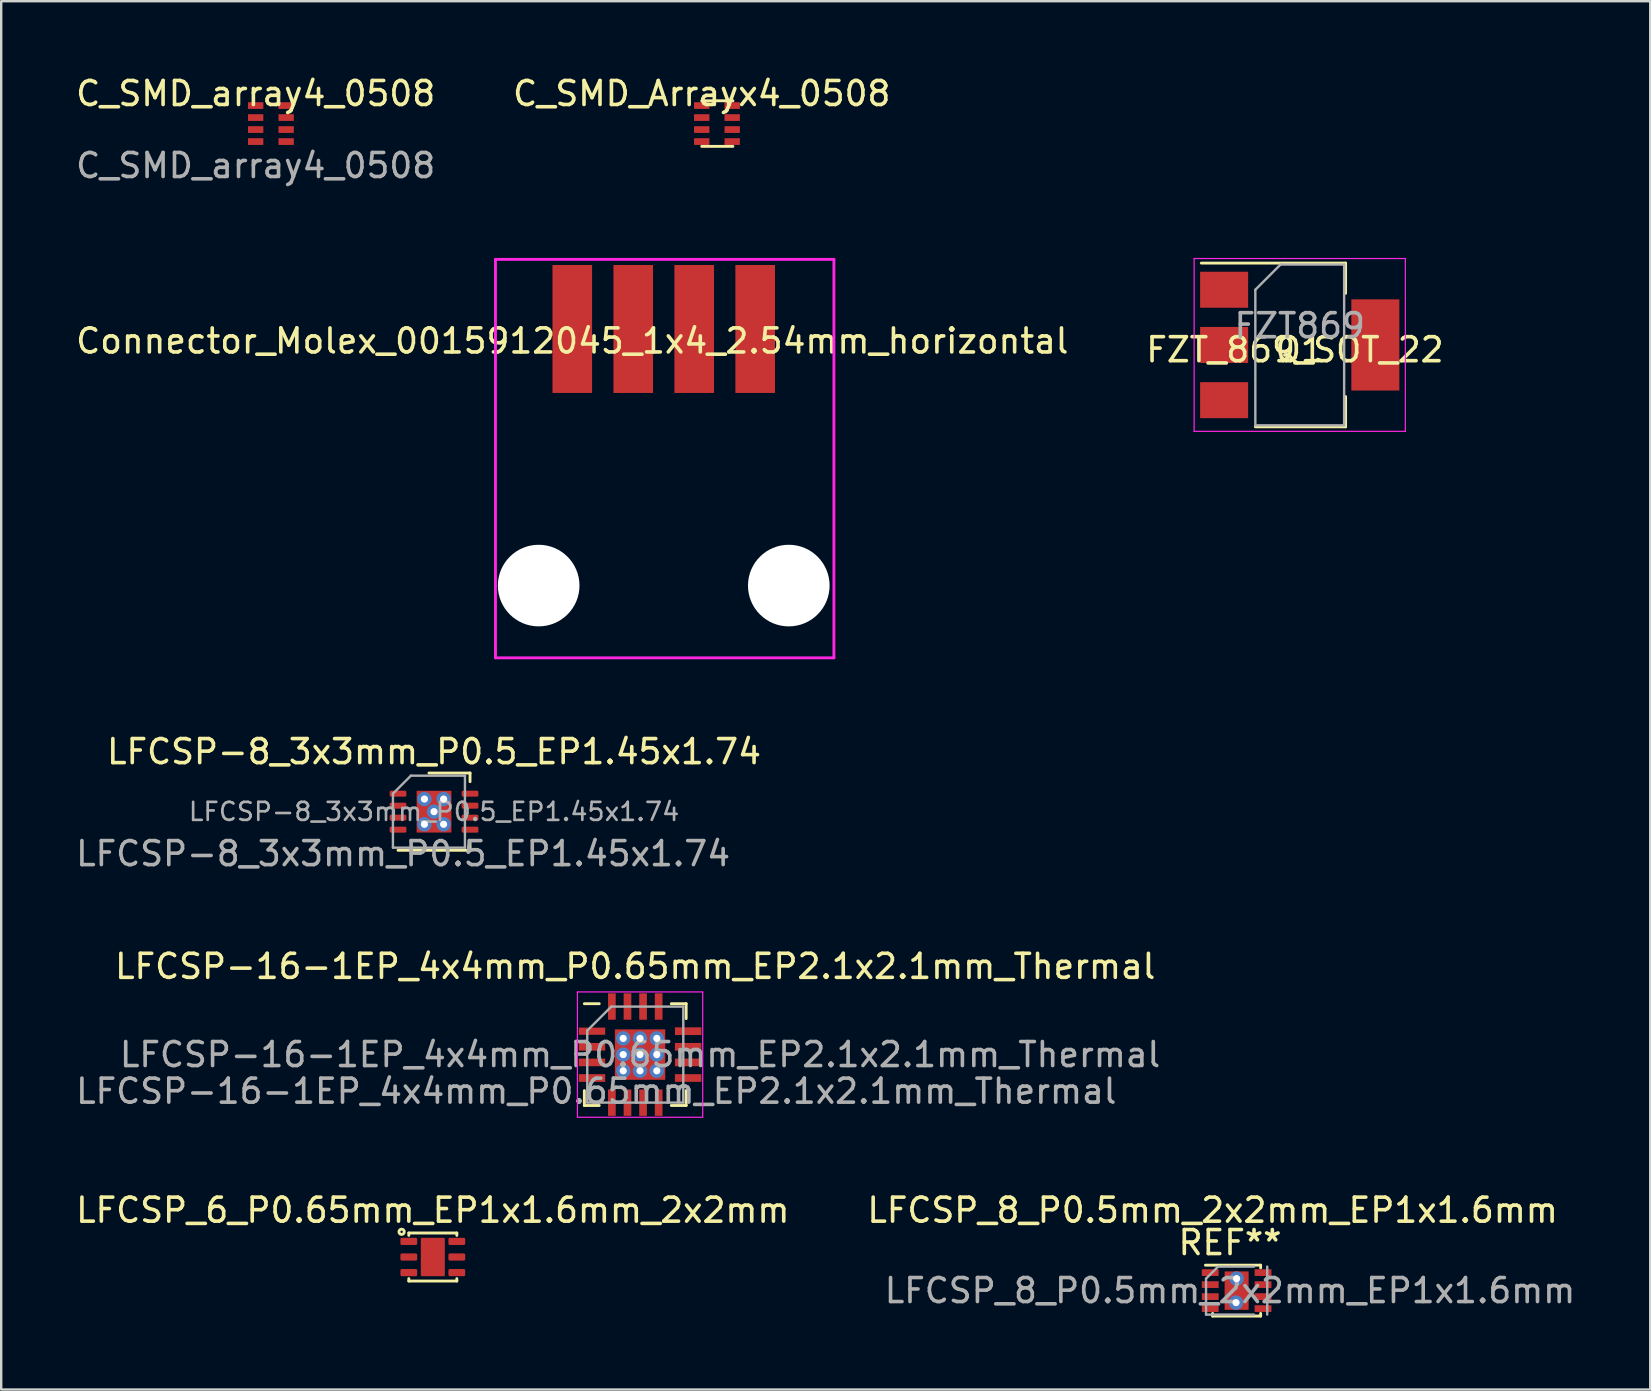
<source format=kicad_pcb>
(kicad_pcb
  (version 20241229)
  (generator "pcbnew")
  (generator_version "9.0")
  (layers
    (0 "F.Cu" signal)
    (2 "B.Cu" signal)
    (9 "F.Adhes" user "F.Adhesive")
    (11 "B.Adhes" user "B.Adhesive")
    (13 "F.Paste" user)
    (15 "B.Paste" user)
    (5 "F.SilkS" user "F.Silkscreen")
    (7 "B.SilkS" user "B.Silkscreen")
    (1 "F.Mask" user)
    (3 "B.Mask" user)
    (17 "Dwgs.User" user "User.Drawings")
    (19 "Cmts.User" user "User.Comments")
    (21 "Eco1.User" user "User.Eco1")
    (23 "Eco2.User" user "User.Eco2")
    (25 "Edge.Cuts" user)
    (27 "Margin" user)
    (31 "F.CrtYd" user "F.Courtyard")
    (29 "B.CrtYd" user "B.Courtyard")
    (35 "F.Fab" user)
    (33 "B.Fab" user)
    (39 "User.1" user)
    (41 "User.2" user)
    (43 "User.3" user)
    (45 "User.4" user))
  (footprint "FZT_869_SOT_22"
    (layer "F.Cu")
    (at 50.899 11.021)
    (property "Reference" "FZT_869_SOT_22" (at 0 0.5 0) (layer "F.SilkS") (effects (font (size 1 1) (thickness 0.15))))
    (attr through_hole)
    (fp_line (start -3.9 -3.11) (end 2.11 -3.11) (stroke (width 0.12) (type solid)) (layer "F.SilkS"))
    (fp_line (start -1.65 3.71) (end 2.11 3.71) (stroke (width 0.12) (type solid)) (layer "F.SilkS"))
    (fp_line (start 2.11 -3.11) (end 2.11 -1.85) (stroke (width 0.12) (type solid)) (layer "F.SilkS"))
    (fp_line (start 2.11 3.71) (end 2.11 2.45) (stroke (width 0.12) (type solid)) (layer "F.SilkS"))
    (fp_line (start -4.2 -3.3) (end -4.2 3.9) (stroke (width 0.05) (type solid)) (layer "F.CrtYd"))
    (fp_line (start -4.2 3.9) (end 4.6 3.9) (stroke (width 0.05) (type solid)) (layer "F.CrtYd"))
    (fp_line (start 4.6 -3.3) (end -4.2 -3.3) (stroke (width 0.05) (type solid)) (layer "F.CrtYd"))
    (fp_line (start 4.6 3.9) (end 4.6 -3.3) (stroke (width 0.05) (type solid)) (layer "F.CrtYd"))
    (fp_line (start -1.65 -2) (end -1.65 3.65) (stroke (width 0.1) (type solid)) (layer "F.Fab"))
    (fp_line (start -1.65 -2) (end -0.6 -3.05) (stroke (width 0.1) (type solid)) (layer "F.Fab"))
    (fp_line (start -1.65 3.65) (end 2.05 3.65) (stroke (width 0.1) (type solid)) (layer "F.Fab"))
    (fp_line (start -0.6 -3.05) (end 2.05 -3.05) (stroke (width 0.1) (type solid)) (layer "F.Fab"))
    (fp_line (start 2.05 -3.05) (end 2.05 3.65) (stroke (width 0.1) (type solid)) (layer "F.Fab"))
    (fp_text user "Q1" (at 0.2 0.5 0) (layer "F.SilkS") (effects (font (size 1 1) (thickness 0.15))))
    (fp_text user "FZT869" (at 0.2 -0.5 0) (layer "F.Fab") (effects (font (size 1 1) (thickness 0.15))))
    (pad "1" smd rect (at -2.95 -2) (size 2 1.5) (layers "F.Cu" "F.Mask" "F.Paste"))
    (pad "2" smd rect (at -2.95 0.3) (size 2 1.5) (layers "F.Cu" "F.Mask" "F.Paste"))
    (pad "2" smd rect (at 3.35 0.3) (size 2 3.8) (layers "F.Cu" "F.Mask" "F.Paste"))
    (pad "3" smd rect (at -2.95 2.6) (size 2 1.5) (layers "F.Cu" "F.Mask" "F.Paste")))
  (footprint "LFCSP-8_3x3mm_P0.5_EP1.45x1.74"
    (layer "F.Cu")
    (at 13.532 30.015)
    (property "Reference" "LFCSP-8_3x3mm_P0.5_EP1.45x1.74" (at 1.5 -1.75 0) (unlocked yes) (layer "F.SilkS") (effects (font (size 1 1) (thickness 0.15))))
    (fp_line (start 0 2.36) (end 3 2.36) (stroke (width 0.12) (type solid)) (layer "F.SilkS"))
    (fp_line (start 1.288 -0.86) (end 3 -0.86) (stroke (width 0.12) (type solid)) (layer "F.SilkS"))
    (fp_line (start 3 -0.86) (end 3 -0.5) (stroke (width 0.12) (type solid)) (layer "F.SilkS"))
    (fp_line (start 3 2.36) (end 3 2) (stroke (width 0.12) (type solid)) (layer "F.SilkS"))
    (fp_line (start -0.212 0) (end 0.537 -0.75) (stroke (width 0.1) (type solid)) (layer "F.Fab"))
    (fp_line (start -0.212 2.25) (end -0.212 0) (stroke (width 0.1) (type solid)) (layer "F.Fab"))
    (fp_line (start 0.537 -0.75) (end 2.788 -0.75) (stroke (width 0.1) (type solid)) (layer "F.Fab"))
    (fp_line (start 2.788 -0.75) (end 2.788 2.25) (stroke (width 0.1) (type solid)) (layer "F.Fab"))
    (fp_line (start 2.788 2.25) (end -0.212 2.25) (stroke (width 0.1) (type solid)) (layer "F.Fab"))
    (fp_text user "${REFERENCE}" (at 0.212 2.5 0) (unlocked yes) (layer "F.Fab") (effects (font (size 1 1) (thickness 0.15))))
    (fp_text user "${REFERENCE}" (at 1.5 0.75 0) (layer "F.Fab") (effects (font (size 0.75 0.75) (thickness 0.11))))
    (pad "" smd roundrect (at 1.135 0.315) (size 0.58 0.7) (layers "F.Paste") (roundrect_rratio 0.25))
    (pad "" smd roundrect (at 1.135 1.185) (size 0.58 0.7) (layers "F.Paste") (roundrect_rratio 0.25))
    (pad "" smd roundrect (at 1.865 0.315) (size 0.58 0.7) (layers "F.Paste") (roundrect_rratio 0.25))
    (pad "" smd roundrect (at 1.865 1.185) (size 0.58 0.7) (layers "F.Paste") (roundrect_rratio 0.25))
    (pad "1" smd roundrect (at 0 0) (size 0.7 0.25) (layers "F.Cu" "F.Mask" "F.Paste") (roundrect_rratio 0.25))
    (pad "2" smd roundrect (at 0 0.5) (size 0.7 0.25) (layers "F.Cu" "F.Mask" "F.Paste") (roundrect_rratio 0.25))
    (pad "3" smd roundrect (at 0 1) (size 0.7 0.25) (layers "F.Cu" "F.Mask" "F.Paste") (roundrect_rratio 0.25))
    (pad "4" smd roundrect (at 0 1.5) (size 0.7 0.25) (layers "F.Cu" "F.Mask" "F.Paste") (roundrect_rratio 0.25))
    (pad "5" smd roundrect (at 3 1.5) (size 0.7 0.25) (layers "F.Cu" "F.Mask" "F.Paste") (roundrect_rratio 0.25))
    (pad "6" smd roundrect (at 3 1) (size 0.7 0.25) (layers "F.Cu" "F.Mask" "F.Paste") (roundrect_rratio 0.25))
    (pad "7" smd roundrect (at 3 0.5) (size 0.7 0.25) (layers "F.Cu" "F.Mask" "F.Paste") (roundrect_rratio 0.25))
    (pad "8" smd roundrect (at 3 0) (size 0.7 0.25) (layers "F.Cu" "F.Mask" "F.Paste") (roundrect_rratio 0.25))
    (pad "9" thru_hole circle (at 1.1 0.225) (size 0.6 0.6) (drill 0.3) (layers "*.Cu" "*.Mask"))
    (pad "9" thru_hole circle (at 1.1 1.275) (size 0.6 0.6) (drill 0.3) (layers "*.Cu" "*.Mask"))
    (pad "9" thru_hole circle (at 1.5 0.75) (size 0.6 0.6) (drill 0.3) (layers "*.Cu" "*.Mask"))
    (pad "9" smd rect (at 1.5 0.75) (size 1.45 1.74) (layers "F.Cu" "F.Mask"))
    (pad "9" thru_hole circle (at 1.9 0.225) (size 0.6 0.6) (drill 0.3) (layers "*.Cu" "*.Mask"))
    (pad "9" thru_hole circle (at 1.9 1.275) (size 0.6 0.6) (drill 0.3) (layers "*.Cu" "*.Mask")))
  (footprint "LFCSP_6_P0.65mm_EP1x1.6mm_2x2mm"
    (layer "F.Cu")
    (at 13.982 48.669)
    (property "Reference" "LFCSP_6_P0.65mm_EP1x1.6mm_2x2mm" (at 1 -1.3 0) (unlocked yes) (layer "F.SilkS") (effects (font (size 1 1) (thickness 0.15))))
    (attr through_hole)
    (fp_line (start 0 -0.35) (end 0 -0.25) (stroke (width 0.12) (type solid)) (layer "F.SilkS"))
    (fp_line (start 0 1.65) (end 0 1.55) (stroke (width 0.12) (type solid)) (layer "F.SilkS"))
    (fp_line (start 0 1.65) (end 2 1.65) (stroke (width 0.12) (type solid)) (layer "F.SilkS"))
    (fp_line (start 2 -0.35) (end 0 -0.35) (stroke (width 0.12) (type solid)) (layer "F.SilkS"))
    (fp_line (start 2 -0.35) (end 2 -0.25) (stroke (width 0.12) (type solid)) (layer "F.SilkS"))
    (fp_line (start 2 1.65) (end 2 1.55) (stroke (width 0.12) (type solid)) (layer "F.SilkS"))
    (fp_circle (center -0.3 -0.4) (end -0.25 -0.4) (stroke (width 0.12) (type solid)) (fill no) (layer "F.SilkS"))
    (pad "1" smd roundrect (at 0 0) (size 0.7 0.3) (layers "F.Cu" "F.Mask" "F.Paste") (roundrect_rratio 0.2))
    (pad "2" smd roundrect (at 0 0.65) (size 0.7 0.3) (layers "F.Cu" "F.Mask" "F.Paste") (roundrect_rratio 0.2))
    (pad "3" smd roundrect (at 0 1.3) (size 0.7 0.3) (layers "F.Cu" "F.Mask" "F.Paste") (roundrect_rratio 0.2))
    (pad "4" smd roundrect (at 2 1.3) (size 0.7 0.3) (layers "F.Cu" "F.Mask" "F.Paste") (roundrect_rratio 0.2))
    (pad "5" smd roundrect (at 2 0.65) (size 0.7 0.3) (layers "F.Cu" "F.Mask" "F.Paste") (roundrect_rratio 0.2))
    (pad "6" smd roundrect (at 2 0) (size 0.7 0.3) (layers "F.Cu" "F.Mask" "F.Paste") (roundrect_rratio 0.2))
    (pad "7" smd roundrect (at 1 0.65) (size 1 1.6) (layers "F.Cu" "F.Mask" "F.Paste") (roundrect_rratio 0.05)))
  (footprint "C_SMD_Arrayx4_0508"
    (layer "F.Cu")
    (at 26.185 1.348)
    (property "Reference" "C_SMD_Arrayx4_0508" (at 0 -0.5 0) (unlocked yes) (layer "F.SilkS") (effects (font (size 1 1) (thickness 0.15))))
    (fp_line (start 0 -0.2) (end 1.3 -0.2) (stroke (width 0.12) (type solid)) (layer "F.SilkS"))
    (fp_line (start 0 1.7) (end 1.3 1.7) (stroke (width 0.12) (type solid)) (layer "F.SilkS"))
    (pad "1" smd rect (at 0 0) (size 0.64 0.28) (layers "F.Cu" "F.Mask" "F.Paste"))
    (pad "2" smd rect (at 0 0.5) (size 0.64 0.28) (layers "F.Cu" "F.Mask" "F.Paste"))
    (pad "3" smd rect (at 0 1) (size 0.64 0.28) (layers "F.Cu" "F.Mask" "F.Paste"))
    (pad "4" smd rect (at 0 1.5) (size 0.64 0.28) (layers "F.Cu" "F.Mask" "F.Paste"))
    (pad "5" smd rect (at 1.27 1.5) (size 0.64 0.28) (layers "F.Cu" "F.Mask" "F.Paste"))
    (pad "6" smd rect (at 1.27 1) (size 0.64 0.28) (layers "F.Cu" "F.Mask" "F.Paste"))
    (pad "7" smd rect (at 1.27 0.5) (size 0.64 0.28) (layers "F.Cu" "F.Mask" "F.Paste"))
    (pad "8" smd rect (at 1.27 0) (size 0.64 0.28) (layers "F.Cu" "F.Mask" "F.Paste")))
  (footprint "Connector_Molex_0015912045_1x4_2.54mm_horizontal"
    (layer "F.Cu")
    (at 20.792 10.656)
    (property "Reference" "Connector_Molex_0015912045_1x4_2.54mm_horizontal" (at 0 0.5 0) (layer "F.SilkS") (effects (font (size 1 1) (thickness 0.15))))
    (attr through_hole)
    (fp_line (start -3.2 -2.9) (end 10.9 -2.9) (stroke (width 0.12) (type solid)) (layer "F.CrtYd"))
    (fp_line (start -3.2 13.5) (end -3.2 -2.9) (stroke (width 0.12) (type solid)) (layer "F.CrtYd"))
    (fp_line (start -3.2 13.7) (end -3.2 13.5) (stroke (width 0.12) (type solid)) (layer "F.CrtYd"))
    (fp_line (start 10.9 -2.9) (end 10.9 13.7) (stroke (width 0.12) (type solid)) (layer "F.CrtYd"))
    (fp_line (start 10.9 13.7) (end -3.2 13.7) (stroke (width 0.12) (type solid)) (layer "F.CrtYd"))
    (pad "" np_thru_hole circle (at -1.4 10.69) (size 3.4 3.4) (drill 3.4) (layers "*.Cu" "*.Mask"))
    (pad "" np_thru_hole circle (at 9.02 10.69) (size 3.4 3.4) (drill 3.4) (layers "*.Cu" "*.Mask"))
    (pad "1" smd rect (at 0 0) (size 1.65 5.33) (layers "F.Cu" "F.Mask" "F.Paste"))
    (pad "2" smd rect (at 2.54 0) (size 1.65 5.33) (layers "F.Cu" "F.Mask" "F.Paste"))
    (pad "3" smd rect (at 5.08 0) (size 1.65 5.33) (layers "F.Cu" "F.Mask" "F.Paste"))
    (pad "4" smd rect (at 7.62 0) (size 1.65 5.33) (layers "F.Cu" "F.Mask" "F.Paste")))
  (footprint "C_SMD_array4_0508"
    (layer "F.Cu")
    (at 7.601 1.348)
    (property "Reference" "C_SMD_array4_0508" (at 0 -0.5 0) (unlocked yes) (layer "F.SilkS") (effects (font (size 1 1) (thickness 0.15))))
    (fp_text user "${REFERENCE}" (at 0 2.5 0) (unlocked yes) (layer "F.Fab") (effects (font (size 1 1) (thickness 0.15))))
    (pad "1" smd rect (at 0 0) (size 0.64 0.28) (layers "F.Cu" "F.Mask" "F.Paste"))
    (pad "2" smd rect (at 0 0.5) (size 0.64 0.28) (layers "F.Cu" "F.Mask" "F.Paste"))
    (pad "3" smd rect (at 0 1) (size 0.64 0.28) (layers "F.Cu" "F.Mask" "F.Paste"))
    (pad "4" smd rect (at 0 1.5) (size 0.64 0.28) (layers "F.Cu" "F.Mask" "F.Paste"))
    (pad "5" smd rect (at 1.27 1.5) (size 0.64 0.28) (layers "F.Cu" "F.Mask" "F.Paste"))
    (pad "6" smd rect (at 1.27 1) (size 0.64 0.28) (layers "F.Cu" "F.Mask" "F.Paste"))
    (pad "7" smd rect (at 1.27 0.5) (size 0.64 0.28) (layers "F.Cu" "F.Mask" "F.Paste"))
    (pad "8" smd rect (at 1.27 0) (size 0.64 0.28) (layers "F.Cu" "F.Mask" "F.Paste")))
  (footprint "LFCSP-16-1EP_4x4mm_P0.65mm_EP2.1x2.1mm_Thermal"
    (layer "F.Cu")
    (at 21.614 39.911)
    (property "Reference" "LFCSP-16-1EP_4x4mm_P0.65mm_EP2.1x2.1mm_Thermal" (at 1.8 -2.7 0) (unlocked yes) (layer "F.SilkS") (effects (font (size 1 1) (thickness 0.15))))
    (attr through_hole)
    (fp_line (start -0.318 3.095) (end -0.318 2.475) (stroke (width 0.12) (type solid)) (layer "F.SilkS"))
    (fp_line (start 0.302 -1.145) (end -0.318 -1.145) (stroke (width 0.12) (type solid)) (layer "F.SilkS"))
    (fp_line (start 0.302 3.095) (end -0.318 3.095) (stroke (width 0.12) (type solid)) (layer "F.SilkS"))
    (fp_line (start 3.303 -1.145) (end 3.922 -1.145) (stroke (width 0.12) (type solid)) (layer "F.SilkS"))
    (fp_line (start 3.303 3.095) (end 3.922 3.095) (stroke (width 0.12) (type solid)) (layer "F.SilkS"))
    (fp_line (start 3.922 -1.145) (end 3.922 -0.525) (stroke (width 0.12) (type solid)) (layer "F.SilkS"))
    (fp_line (start 3.922 3.095) (end 3.922 2.475) (stroke (width 0.12) (type solid)) (layer "F.SilkS"))
    (fp_line (start -0.608 -1.635) (end 4.612 -1.635) (stroke (width 0.05) (type solid)) (layer "F.CrtYd"))
    (fp_line (start -0.608 3.585) (end -0.608 -1.635) (stroke (width 0.05) (type solid)) (layer "F.CrtYd"))
    (fp_line (start 4.612 -1.635) (end 4.612 3.585) (stroke (width 0.05) (type solid)) (layer "F.CrtYd"))
    (fp_line (start 4.612 3.585) (end -0.608 3.585) (stroke (width 0.05) (type solid)) (layer "F.CrtYd"))
    (fp_line (start -0.198 2.975) (end -0.198 -0.025) (stroke (width 0.1) (type solid)) (layer "F.Fab"))
    (fp_line (start 0.802 -1.025) (end -0.198 -0.025) (stroke (width 0.1) (type solid)) (layer "F.Fab"))
    (fp_line (start 0.802 -1.025) (end 3.803 -1.025) (stroke (width 0.1) (type solid)) (layer "F.Fab"))
    (fp_line (start 3.803 -1.025) (end 3.803 2.975) (stroke (width 0.1) (type solid)) (layer "F.Fab"))
    (fp_line (start 3.803 2.975) (end -0.198 2.975) (stroke (width 0.1) (type solid)) (layer "F.Fab"))
    (fp_text user "${REFERENCE}" (at 0.177 2.5 0) (unlocked yes) (layer "F.Fab") (effects (font (size 1 1) (thickness 0.15))))
    (fp_text user "${REFERENCE}" (at 2.002 0.975 0) (layer "F.Fab") (effects (font (size 1 1) (thickness 0.15))))
    (pad "" smd rect (at 1.478 0.45) (size 0.9 0.9) (layers "F.Paste"))
    (pad "" smd rect (at 1.478 1.5) (size 0.9 0.9) (layers "F.Paste"))
    (pad "" smd rect (at 2.527 0.45) (size 0.9 0.9) (layers "F.Paste"))
    (pad "" smd rect (at 2.527 1.5) (size 0.9 0.9) (layers "F.Paste"))
    (pad "1" smd rect (at 0 0) (size 1.1 0.3) (layers "F.Cu" "F.Mask" "F.Paste"))
    (pad "2" smd rect (at 0 0.65) (size 1.1 0.32) (layers "F.Cu" "F.Mask" "F.Paste"))
    (pad "3" smd rect (at 0 1.3) (size 1.1 0.32) (layers "F.Cu" "F.Mask" "F.Paste"))
    (pad "4" smd rect (at 0 1.95) (size 1.1 0.32) (layers "F.Cu" "F.Mask" "F.Paste"))
    (pad "5" smd rect (at 0.828 2.978) (size 0.32 1.1) (layers "F.Cu" "F.Mask" "F.Paste"))
    (pad "6" smd rect (at 1.478 2.978) (size 0.32 1.1) (layers "F.Cu" "F.Mask" "F.Paste"))
    (pad "7" smd rect (at 2.127 2.978) (size 0.32 1.1) (layers "F.Cu" "F.Mask" "F.Paste"))
    (pad "8" smd rect (at 2.777 2.978) (size 0.32 1.1) (layers "F.Cu" "F.Mask" "F.Paste"))
    (pad "9" smd rect (at 4.005 1.95) (size 1.1 0.32) (layers "F.Cu" "F.Mask" "F.Paste"))
    (pad "10" smd rect (at 4.005 1.3) (size 1.1 0.32) (layers "F.Cu" "F.Mask" "F.Paste"))
    (pad "11" smd rect (at 4.005 0.65) (size 1.1 0.32) (layers "F.Cu" "F.Mask" "F.Paste"))
    (pad "12" smd rect (at 4.005 0) (size 1.1 0.32) (layers "F.Cu" "F.Mask" "F.Paste"))
    (pad "13" smd rect (at 2.777 -1.028) (size 0.32 1.1) (layers "F.Cu" "F.Mask" "F.Paste"))
    (pad "14" smd rect (at 2.127 -1.028) (size 0.32 1.1) (layers "F.Cu" "F.Mask" "F.Paste"))
    (pad "15" smd rect (at 1.478 -1.028) (size 0.32 1.1) (layers "F.Cu" "F.Mask" "F.Paste"))
    (pad "16" smd rect (at 0.828 -1.028) (size 0.32 1.1) (layers "F.Cu" "F.Mask" "F.Paste"))
    (pad "17" thru_hole circle (at 1.3 0.3) (size 0.6 0.6) (drill 0.3) (layers "*.Cu" "*.Mask"))
    (pad "17" thru_hole circle (at 1.3 0.975) (size 0.6 0.6) (drill 0.3) (layers "*.Cu" "*.Mask"))
    (pad "17" thru_hole circle (at 1.3 1.65) (size 0.6 0.6) (drill 0.3) (layers "*.Cu" "*.Mask"))
    (pad "17" thru_hole circle (at 2 0.3) (size 0.6 0.6) (drill 0.3) (layers "*.Cu" "*.Mask"))
    (pad "17" thru_hole circle (at 2 0.975) (size 0.6 0.6) (drill 0.3) (layers "*.Cu" "*.Mask"))
    (pad "17" thru_hole circle (at 2 1.65) (size 0.6 0.6) (drill 0.3) (layers "*.Cu" "*.Mask"))
    (pad "17" smd rect (at 2.002 0.975) (size 2.1 2.1) (layers "F.Cu" "F.Mask"))
    (pad "17" thru_hole circle (at 2.7 0.3) (size 0.6 0.6) (drill 0.3) (layers "*.Cu" "*.Mask"))
    (pad "17" thru_hole circle (at 2.7 0.975) (size 0.6 0.6) (drill 0.3) (layers "*.Cu" "*.Mask"))
    (pad "17" thru_hole circle (at 2.7 1.65) (size 0.6 0.6) (drill 0.3) (layers "*.Cu" "*.Mask")))
  (footprint "LFCSP_8_P0.5mm_2x2mm_EP1x1.6mm"
    (layer "F.Cu")
    (at 47.47 49.969)
    (property "Reference" "LFCSP_8_P0.5mm_2x2mm_EP1x1.6mm" (at 0 -2.6 0) (unlocked yes) (layer "F.SilkS") (effects (font (size 1 1) (thickness 0.15))))
    (fp_line (start -0.3 -0.31) (end 2 -0.31) (stroke (width 0.12) (type solid)) (layer "F.SilkS"))
    (fp_line (start 0 1.81) (end 0 1.7) (stroke (width 0.12) (type solid)) (layer "F.SilkS"))
    (fp_line (start 0 1.81) (end 2 1.81) (stroke (width 0.12) (type solid)) (layer "F.SilkS"))
    (fp_line (start 2 -0.31) (end 2 -0.2) (stroke (width 0.12) (type solid)) (layer "F.SilkS"))
    (fp_line (start 2 1.81) (end 2 1.7) (stroke (width 0.12) (type solid)) (layer "F.SilkS"))
    (fp_line (start -0.275 0.25) (end -0.275 1.75) (stroke (width 0.1) (type solid)) (layer "F.Fab"))
    (fp_line (start 0.225 -0.25) (end -0.275 0.25) (stroke (width 0.1) (type solid)) (layer "F.Fab"))
    (fp_line (start 0.225 -0.25) (end 1.725 -0.25) (stroke (width 0.1) (type solid)) (layer "F.Fab"))
    (fp_line (start 1.725 1.75) (end -0.275 1.75) (stroke (width 0.1) (type solid)) (layer "F.Fab"))
    (fp_line (start 2.275 1.75) (end 2.275 -0.25) (stroke (width 0.1) (type solid)) (layer "F.Fab"))
    (fp_text user "REF**" (at 0.725 -1.25 0) (layer "F.SilkS") (effects (font (size 1 1) (thickness 0.15))))
    (fp_text user "${REFERENCE}" (at 0.725 0.75 180) (layer "F.Fab") (effects (font (size 1 1) (thickness 0.15))))
    (pad "1" smd rect (at -0.1 0) (size 0.7 0.28) (layers "F.Cu" "F.Mask" "F.Paste"))
    (pad "2" smd rect (at -0.1 0.5) (size 0.7 0.28) (layers "F.Cu" "F.Mask" "F.Paste"))
    (pad "3" smd rect (at -0.1 1) (size 0.7 0.28) (layers "F.Cu" "F.Mask" "F.Paste"))
    (pad "4" smd rect (at -0.1 1.5) (size 0.7 0.28) (layers "F.Cu" "F.Mask" "F.Paste"))
    (pad "5" smd rect (at 2.1 1.5) (size 0.7 0.28) (layers "F.Cu" "F.Mask" "F.Paste"))
    (pad "6" smd rect (at 2.1 1) (size 0.7 0.28) (layers "F.Cu" "F.Mask" "F.Paste"))
    (pad "7" smd rect (at 2.1 0.5) (size 0.7 0.28) (layers "F.Cu" "F.Mask" "F.Paste"))
    (pad "8" smd rect (at 2.1 0) (size 0.7 0.28) (layers "F.Cu" "F.Mask" "F.Paste"))
    (pad "9" thru_hole circle (at 0.975 1.25) (size 0.6 0.6) (drill 0.3) (layers "*.Cu"))
    (pad "9" thru_hole circle (at 1 0.25) (size 0.6 0.6) (drill 0.3) (layers "*.Cu"))
    (pad "9" smd rect (at 1 0.75) (size 1 1.6) (layers "F.Cu" "F.Mask" "F.Paste")))
  (gr_rect
    (start -3 -3)
    (end 65.701 54.84)
    (stroke (width 0.1) (type default))
    (fill no)
    (layer "Edge.Cuts")))
</source>
